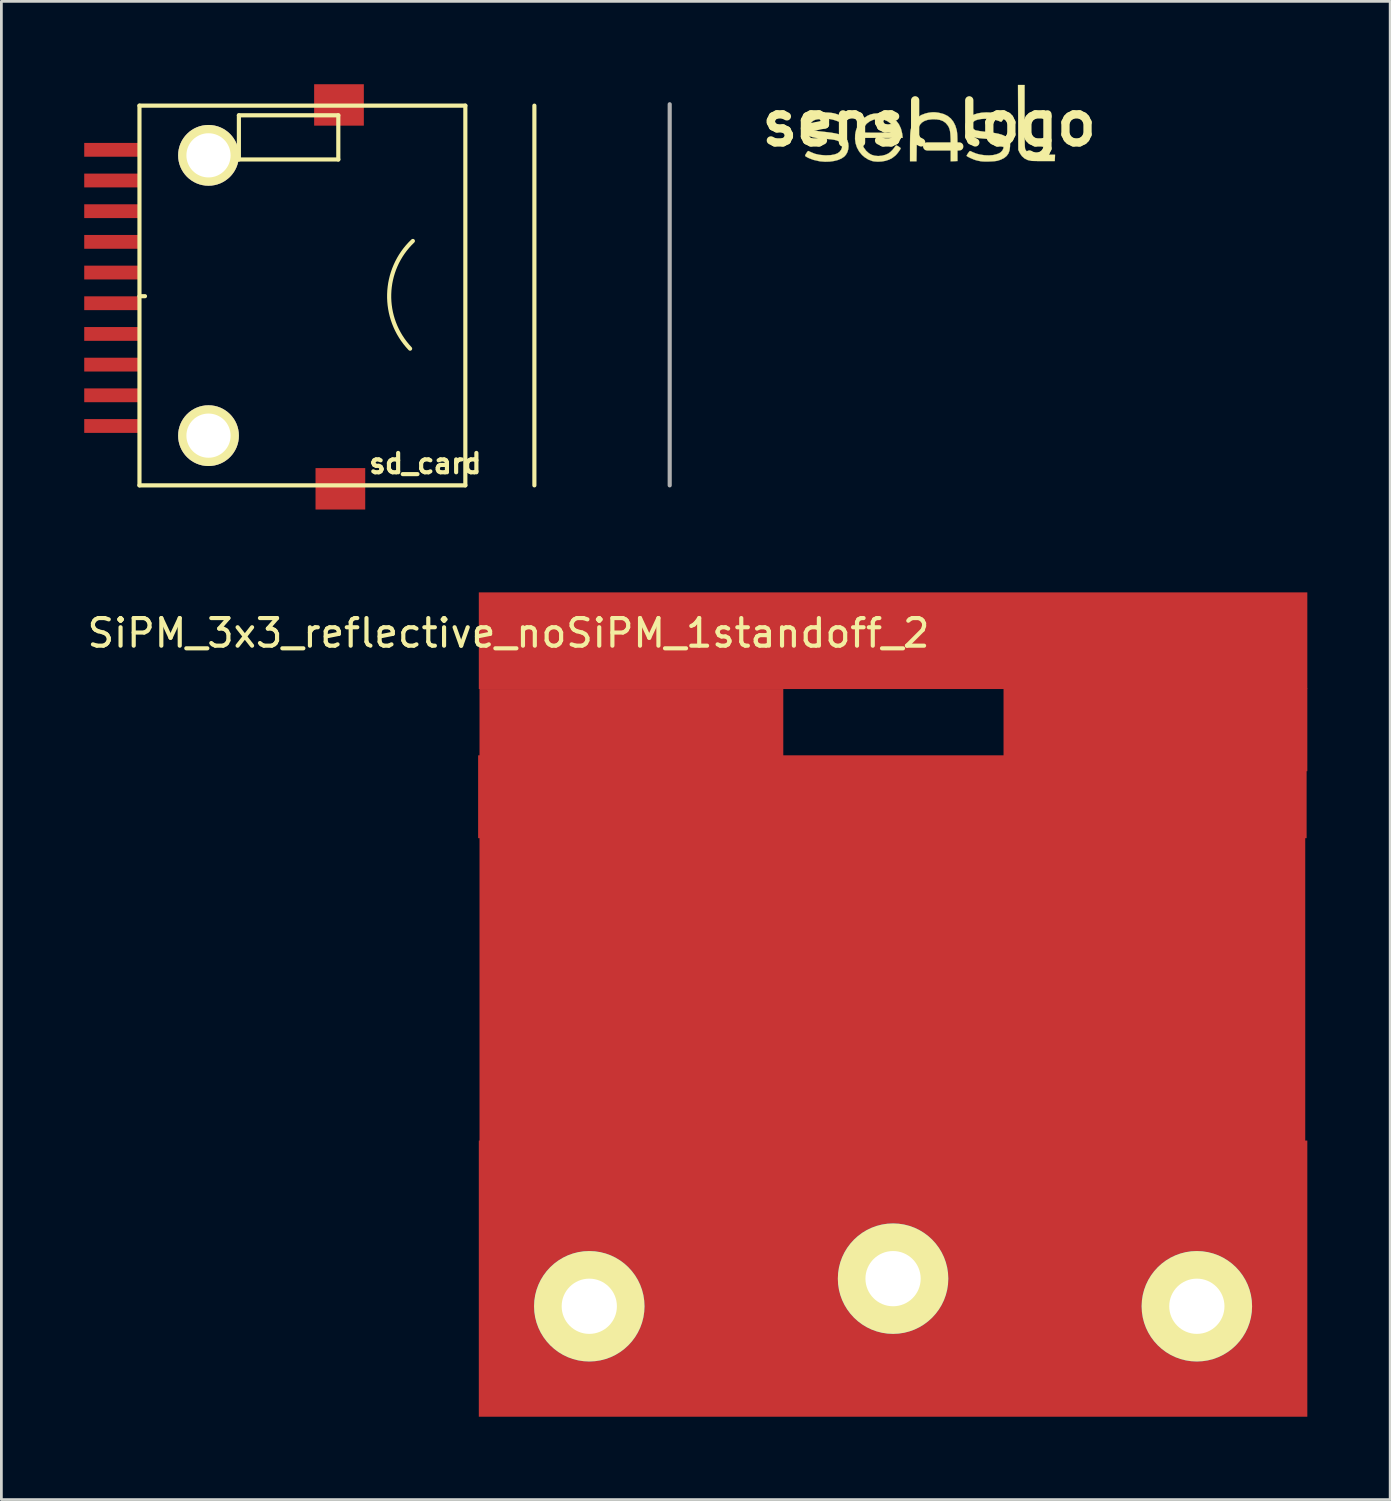
<source format=kicad_pcb>
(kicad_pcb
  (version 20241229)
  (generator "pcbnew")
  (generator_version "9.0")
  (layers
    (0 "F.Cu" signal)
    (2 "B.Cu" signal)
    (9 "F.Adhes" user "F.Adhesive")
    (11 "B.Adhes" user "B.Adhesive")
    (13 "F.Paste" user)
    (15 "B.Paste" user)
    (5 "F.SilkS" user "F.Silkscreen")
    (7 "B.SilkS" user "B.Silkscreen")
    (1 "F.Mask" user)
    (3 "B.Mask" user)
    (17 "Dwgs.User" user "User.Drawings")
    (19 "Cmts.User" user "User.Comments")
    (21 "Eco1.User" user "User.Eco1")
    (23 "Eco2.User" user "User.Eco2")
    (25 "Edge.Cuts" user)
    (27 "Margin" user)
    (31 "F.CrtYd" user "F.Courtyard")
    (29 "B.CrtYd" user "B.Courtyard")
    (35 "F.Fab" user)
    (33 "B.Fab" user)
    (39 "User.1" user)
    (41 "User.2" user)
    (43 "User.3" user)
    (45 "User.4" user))
  (footprint "SiPM_3x3_reflective_noSiPM_1standoff_2"
    (layer "F.Cu")
    (at 29.288 33.25)
    (property "Reference" "SiPM_3x3_reflective_noSiPM_1standoff_2" (at -13.925 -13.375 0) (layer "F.SilkS") (effects (font (size 1 1) (thickness 0.15))))
    (attr through_hole)
    (pad "1" thru_hole circle (at -11 11) (size 4 4) (drill 2) (layers "*.Cu" "*.Mask" "F.SilkS"))
    (pad "1" smd rect (at -9.475 -9.85) (size 11 3) (layers "F.Cu" "F.Mask" "F.Paste"))
    (pad "1" smd rect (at -8.975 -0.1) (size 12 12) (layers "F.Cu" "F.Mask" "F.Paste"))
    (pad "1" smd rect (at -4.625 0.4 90) (size 8 5) (layers "F.Cu" "F.Mask" "F.Paste"))
    (pad "1" smd rect (at -0.025 -7.45) (size 30 3) (layers "F.Cu" "F.Mask" "F.Paste"))
    (pad "1" smd rect (at 0 -13.1) (size 30 3.5) (layers "F.Cu" "F.Mask" "F.Paste"))
    (pad "1" thru_hole circle (at 0 10) (size 4 4) (drill 2) (layers "*.Cu" "*.Mask" "F.SilkS"))
    (pad "1" smd rect (at 0 10) (size 30 10) (layers "F.Cu" "F.Mask" "F.Paste"))
    (pad "1" smd rect (at 0.175 -4.1) (size 8 4) (layers "F.Cu" "F.Mask" "F.Paste"))
    (pad "1" smd rect (at 0.2 4.625) (size 8 5) (layers "F.Cu" "F.Mask" "F.Paste"))
    (pad "1" smd rect (at 0.225 -0.05 90) (size 8 5) (layers "F.Cu" "F.Mask" "F.Paste"))
    (pad "1" smd rect (at 4.7 -0.075 90) (size 8 5) (layers "F.Cu" "F.Mask" "F.Paste"))
    (pad "1" smd rect (at 8.925 -0.25) (size 12 12) (layers "F.Cu" "F.Mask" "F.Paste"))
    (pad "1" smd rect (at 9.5 -9.875) (size 11 3) (layers "F.Cu" "F.Mask" "F.Paste"))
    (pad "1" thru_hole circle (at 11 11) (size 4 4) (drill 2) (layers "*.Cu" "*.Mask" "F.SilkS")))
  (footprint "sd_card"
    (layer "F.Cu")
    (at 2 14.525)
    (property "Reference" "sd_card" (at 10.35 -0.79 0) (layer "F.SilkS") (effects (font (size 0.7 0.7) (thickness 0.15))))
    (attr through_hole)
    (fp_line (start 0 -13.75) (end 11.8 -13.75) (stroke (width 0.15) (type solid)) (layer "F.SilkS"))
    (fp_line (start 0 -6.85) (end 0.2 -6.85) (stroke (width 0.15) (type solid)) (layer "F.SilkS"))
    (fp_line (start 0 0) (end 0 -13.75) (stroke (width 0.15) (type solid)) (layer "F.SilkS"))
    (fp_line (start 3.6 -13.4) (end 3.6 -11.8) (stroke (width 0.15) (type solid)) (layer "F.SilkS"))
    (fp_line (start 3.6 -11.8) (end 7.2 -11.8) (stroke (width 0.15) (type solid)) (layer "F.SilkS"))
    (fp_line (start 7.2 -13.4) (end 3.6 -13.4) (stroke (width 0.15) (type solid)) (layer "F.SilkS"))
    (fp_line (start 7.2 -11.8) (end 7.2 -13.4) (stroke (width 0.15) (type solid)) (layer "F.SilkS"))
    (fp_line (start 11.8 -13.75) (end 11.8 0) (stroke (width 0.15) (type solid)) (layer "F.SilkS"))
    (fp_line (start 11.8 0) (end 0 0) (stroke (width 0.15) (type solid)) (layer "F.SilkS"))
    (fp_line (start 14.3 0) (end 14.3 -13.75) (stroke (width 0.15) (type solid)) (layer "F.SilkS"))
    (fp_arc (start 9.8 -4.95) (mid 9.042284 -6.920711) (end 9.9 -8.85) (stroke (width 0.15) (type solid)) (layer "F.SilkS"))
    (fp_circle (center 2.5 -11.95) (end 2.5 -12.75) (stroke (width 0.15) (type solid)) (fill no) (layer "F.SilkS"))
    (fp_circle (center 2.5 -1.8) (end 3.3 -1.75) (stroke (width 0.15) (type solid)) (fill no) (layer "F.SilkS"))
    (fp_line (start 19.2 0) (end 19.2 -13.8) (stroke (width 0.15) (type solid)) (layer "F.Fab"))
    (pad "1" smd rect (at -1 -9.928) (size 2 0.5) (layers "F.Cu" "F.Mask" "F.Paste"))
    (pad "2" smd rect (at -1 -8.817) (size 2 0.5) (layers "F.Cu" "F.Mask" "F.Paste"))
    (pad "3" smd rect (at -1 -7.706) (size 2 0.5) (layers "F.Cu" "F.Mask" "F.Paste"))
    (pad "4" smd rect (at -1 -6.595) (size 2 0.5) (layers "F.Cu" "F.Mask" "F.Paste"))
    (pad "5" smd rect (at -1 -5.483) (size 2 0.5) (layers "F.Cu" "F.Mask" "F.Paste"))
    (pad "6" smd rect (at -1 -4.372) (size 2 0.5) (layers "F.Cu" "F.Mask" "F.Paste"))
    (pad "6" smd rect (at 7.225 -13.775) (size 1.8 1.5) (layers "F.Cu" "F.Mask" "F.Paste"))
    (pad "6" smd rect (at 7.275 0.125) (size 1.8 1.5) (layers "F.Cu" "F.Mask" "F.Paste"))
    (pad "7" smd rect (at -1 -3.261) (size 2 0.5) (layers "F.Cu" "F.Mask" "F.Paste"))
    (pad "8" smd rect (at -1 -2.15) (size 2 0.5) (layers "F.Cu" "F.Mask" "F.Paste"))
    (pad "9" smd rect (at -1 -12.15) (size 2 0.5) (layers "F.Cu" "F.Mask" "F.Paste"))
    (pad "10" smd rect (at -1 -11.039) (size 2 0.5) (layers "F.Cu" "F.Mask" "F.Paste"))
    (pad "11" thru_hole circle (at 2.5 -11.95) (size 2.2 2.2) (drill 1.6) (layers "*.Cu" "*.Mask" "F.SilkS"))
    (pad "11" thru_hole circle (at 2.5 -1.8) (size 2.2 2.2) (drill 1.6) (layers "*.Cu" "*.Mask" "F.SilkS")))
  (footprint "sensl_logo"
    (layer "F.Cu")
    (at 30.596 1.418)
    (property "Reference" "sensl_logo" (at 0 0 0) (layer "F.SilkS") (effects (font (size 1.524 1.524) (thickness 0.3))))
    (attr through_hole)
    (fp_poly (pts (xy 3.454 -0.253) (xy 3.455 -0.021) (xy 3.455 0.18) (xy 3.456 0.352) (xy 3.457 0.497) (xy 3.458 0.616) (xy 3.46 0.713) (xy 3.462 0.79) (xy 3.465 0.848) (xy 3.469 0.89) (xy 3.473 0.919) (xy 3.477 0.936) (xy 3.477 0.936) (xy 3.518 0.999) (xy 3.579 1.058) (xy 3.649 1.102) (xy 3.687 1.117) (xy 3.723 1.122) (xy 3.788 1.127) (xy 3.876 1.13) (xy 3.983 1.133) (xy 4.102 1.134) (xy 4.154 1.134) (xy 4.557 1.135) (xy 4.547 1.363) (xy 4.183 1.365) (xy 4.066 1.365) (xy 3.953 1.364) (xy 3.851 1.362) (xy 3.767 1.359) (xy 3.708 1.356) (xy 3.7 1.355) (xy 3.568 1.327) (xy 3.453 1.27) (xy 3.357 1.185) (xy 3.281 1.073) (xy 3.27 1.05) (xy 3.226 0.957) (xy 3.216 -1.389) (xy 3.454 -1.389) (xy 3.454 -0.253)) (stroke (width 0.01) (type solid)) (fill yes) (layer "F.SilkS"))
    (fp_poly (pts (xy 0.233 -0.4) (xy 0.33 -0.387) (xy 0.363 -0.381) (xy 0.526 -0.338) (xy 0.665 -0.27) (xy 0.782 -0.177) (xy 0.876 -0.058) (xy 0.948 0.085) (xy 0.993 0.234) (xy 1.002 0.279) (xy 1.009 0.329) (xy 1.014 0.388) (xy 1.018 0.461) (xy 1.021 0.553) (xy 1.023 0.669) (xy 1.023 0.812) (xy 1.023 0.864) (xy 1.024 1.363) (xy 0.902 1.368) (xy 0.779 1.373) (xy 0.779 0.88) (xy 0.778 0.708) (xy 0.776 0.566) (xy 0.771 0.449) (xy 0.764 0.354) (xy 0.754 0.277) (xy 0.739 0.214) (xy 0.72 0.16) (xy 0.697 0.112) (xy 0.672 0.072) (xy 0.596 -0.018) (xy 0.503 -0.083) (xy 0.39 -0.126) (xy 0.255 -0.148) (xy 0.102 -0.149) (xy -0.045 -0.131) (xy -0.165 -0.092) (xy -0.263 -0.032) (xy -0.339 0.053) (xy -0.396 0.163) (xy -0.41 0.201) (xy -0.42 0.235) (xy -0.428 0.269) (xy -0.435 0.308) (xy -0.44 0.355) (xy -0.444 0.416) (xy -0.447 0.494) (xy -0.45 0.594) (xy -0.452 0.72) (xy -0.453 0.842) (xy -0.46 1.372) (xy -0.694 1.372) (xy -0.694 0.859) (xy -0.693 0.689) (xy -0.691 0.549) (xy -0.688 0.433) (xy -0.682 0.338) (xy -0.673 0.259) (xy -0.66 0.192) (xy -0.644 0.133) (xy -0.623 0.077) (xy -0.598 0.019) (xy -0.594 0.012) (xy -0.515 -0.116) (xy -0.412 -0.221) (xy -0.284 -0.303) (xy -0.134 -0.36) (xy -0.039 -0.382) (xy 0.064 -0.398) (xy 0.149 -0.404) (xy 0.233 -0.4)) (stroke (width 0.01) (type solid)) (fill yes) (layer "F.SilkS"))
    (fp_poly (pts (xy -1.677 -0.355) (xy -1.546 -0.328) (xy -1.429 -0.279) (xy -1.324 -0.212) (xy -1.195 -0.098) (xy -1.096 0.034) (xy -1.024 0.185) (xy -0.981 0.355) (xy -0.973 0.413) (xy -0.961 0.525) (xy -2.472 0.525) (xy -2.461 0.605) (xy -2.427 0.747) (xy -2.368 0.877) (xy -2.286 0.99) (xy -2.185 1.081) (xy -2.087 1.137) (xy -1.973 1.171) (xy -1.845 1.182) (xy -1.712 1.171) (xy -1.585 1.138) (xy -1.482 1.092) (xy -1.407 1.037) (xy -1.33 0.963) (xy -1.265 0.883) (xy -1.244 0.851) (xy -1.219 0.815) (xy -1.199 0.797) (xy -1.196 0.796) (xy -1.169 0.804) (xy -1.129 0.825) (xy -1.086 0.853) (xy -1.051 0.879) (xy -1.033 0.898) (xy -1.033 0.9) (xy -1.043 0.928) (xy -1.071 0.975) (xy -1.11 1.03) (xy -1.155 1.088) (xy -1.2 1.139) (xy -1.225 1.164) (xy -1.333 1.249) (xy -1.45 1.311) (xy -1.583 1.355) (xy -1.72 1.379) (xy -1.862 1.386) (xy -1.996 1.376) (xy -2.064 1.362) (xy -2.204 1.309) (xy -2.332 1.229) (xy -2.431 1.143) (xy -2.536 1.017) (xy -2.613 0.876) (xy -2.663 0.725) (xy -2.685 0.568) (xy -2.681 0.409) (xy -2.663 0.318) (xy -2.438 0.318) (xy -2.431 0.323) (xy -2.409 0.328) (xy -2.367 0.332) (xy -2.305 0.334) (xy -2.219 0.336) (xy -2.107 0.338) (xy -1.966 0.338) (xy -1.822 0.339) (xy -1.205 0.339) (xy -1.222 0.275) (xy -1.269 0.162) (xy -1.346 0.054) (xy -1.397 0.002) (xy -1.508 -0.079) (xy -1.632 -0.132) (xy -1.764 -0.158) (xy -1.899 -0.158) (xy -2.03 -0.13) (xy -2.152 -0.075) (xy -2.259 0.006) (xy -2.265 0.012) (xy -2.305 0.059) (xy -2.347 0.12) (xy -2.386 0.187) (xy -2.417 0.25) (xy -2.436 0.299) (xy -2.438 0.318) (xy -2.663 0.318) (xy -2.65 0.253) (xy -2.593 0.104) (xy -2.51 -0.033) (xy -2.401 -0.155) (xy -2.342 -0.204) (xy -2.232 -0.277) (xy -2.118 -0.326) (xy -1.991 -0.354) (xy -1.844 -0.364) (xy -1.829 -0.364) (xy -1.677 -0.355)) (stroke (width 0.01) (type solid)) (fill yes) (layer "F.SilkS"))
    (fp_poly (pts (xy 2.239 -0.391) (xy 2.402 -0.366) (xy 2.555 -0.323) (xy 2.663 -0.277) (xy 2.708 -0.252) (xy 2.737 -0.232) (xy 2.743 -0.224) (xy 2.733 -0.206) (xy 2.706 -0.17) (xy 2.675 -0.132) (xy 2.607 -0.053) (xy 2.531 -0.085) (xy 2.414 -0.124) (xy 2.281 -0.151) (xy 2.139 -0.166) (xy 1.997 -0.168) (xy 1.863 -0.157) (xy 1.744 -0.133) (xy 1.656 -0.1) (xy 1.591 -0.051) (xy 1.554 0.011) (xy 1.543 0.078) (xy 1.559 0.145) (xy 1.601 0.204) (xy 1.67 0.247) (xy 1.67 0.247) (xy 1.704 0.256) (xy 1.765 0.268) (xy 1.847 0.281) (xy 1.944 0.294) (xy 2.044 0.305) (xy 2.232 0.328) (xy 2.39 0.352) (xy 2.52 0.379) (xy 2.626 0.409) (xy 2.711 0.444) (xy 2.779 0.484) (xy 2.831 0.532) (xy 2.872 0.588) (xy 2.884 0.61) (xy 2.908 0.659) (xy 2.922 0.701) (xy 2.928 0.747) (xy 2.928 0.809) (xy 2.926 0.847) (xy 2.909 0.978) (xy 2.869 1.088) (xy 2.804 1.179) (xy 2.713 1.253) (xy 2.592 1.313) (xy 2.481 1.35) (xy 2.419 1.362) (xy 2.333 1.371) (xy 2.232 1.377) (xy 2.125 1.381) (xy 2.021 1.381) (xy 1.93 1.377) (xy 1.872 1.371) (xy 1.796 1.357) (xy 1.715 1.338) (xy 1.678 1.328) (xy 1.625 1.31) (xy 1.562 1.284) (xy 1.496 1.255) (xy 1.436 1.226) (xy 1.387 1.199) (xy 1.359 1.18) (xy 1.355 1.174) (xy 1.364 1.151) (xy 1.386 1.113) (xy 1.415 1.07) (xy 1.445 1.03) (xy 1.468 1.004) (xy 1.476 0.999) (xy 1.498 1.006) (xy 1.54 1.025) (xy 1.577 1.043) (xy 1.706 1.095) (xy 1.854 1.132) (xy 2.011 1.154) (xy 2.168 1.159) (xy 2.314 1.148) (xy 2.43 1.121) (xy 2.509 1.093) (xy 2.566 1.063) (xy 2.612 1.025) (xy 2.654 0.976) (xy 2.687 0.909) (xy 2.694 0.832) (xy 2.676 0.757) (xy 2.648 0.712) (xy 2.612 0.674) (xy 2.571 0.643) (xy 2.52 0.619) (xy 2.457 0.6) (xy 2.374 0.585) (xy 2.269 0.573) (xy 2.135 0.562) (xy 2.09 0.559) (xy 1.928 0.546) (xy 1.795 0.532) (xy 1.688 0.515) (xy 1.601 0.494) (xy 1.531 0.468) (xy 1.473 0.436) (xy 1.422 0.397) (xy 1.409 0.385) (xy 1.352 0.307) (xy 1.319 0.214) (xy 1.311 0.112) (xy 1.325 0.008) (xy 1.362 -0.092) (xy 1.42 -0.182) (xy 1.498 -0.253) (xy 1.499 -0.254) (xy 1.615 -0.316) (xy 1.753 -0.361) (xy 1.908 -0.388) (xy 2.072 -0.398) (xy 2.239 -0.391)) (stroke (width 0.01) (type solid)) (fill yes) (layer "F.SilkS"))
    (fp_poly (pts (xy -3.651 -0.391) (xy -3.537 -0.38) (xy -3.456 -0.367) (xy -3.392 -0.35) (xy -3.322 -0.327) (xy -3.252 -0.3) (xy -3.189 -0.274) (xy -3.142 -0.25) (xy -3.118 -0.232) (xy -3.116 -0.227) (xy -3.125 -0.211) (xy -3.147 -0.177) (xy -3.177 -0.135) (xy -3.208 -0.094) (xy -3.232 -0.063) (xy -3.243 -0.051) (xy -3.259 -0.057) (xy -3.297 -0.072) (xy -3.346 -0.091) (xy -3.418 -0.116) (xy -3.503 -0.139) (xy -3.566 -0.153) (xy -3.654 -0.163) (xy -3.758 -0.167) (xy -3.867 -0.165) (xy -3.973 -0.157) (xy -4.065 -0.145) (xy -4.133 -0.128) (xy -4.134 -0.128) (xy -4.215 -0.086) (xy -4.274 -0.031) (xy -4.306 0.033) (xy -4.311 0.1) (xy -4.287 0.162) (xy -4.258 0.198) (xy -4.221 0.227) (xy -4.169 0.25) (xy -4.097 0.268) (xy -4.002 0.283) (xy -3.883 0.297) (xy -3.703 0.317) (xy -3.552 0.337) (xy -3.427 0.357) (xy -3.323 0.38) (xy -3.237 0.404) (xy -3.164 0.433) (xy -3.1 0.465) (xy -3.087 0.473) (xy -3.014 0.537) (xy -2.962 0.62) (xy -2.931 0.719) (xy -2.921 0.826) (xy -2.931 0.935) (xy -2.962 1.04) (xy -3.015 1.134) (xy -3.076 1.202) (xy -3.175 1.27) (xy -3.3 1.323) (xy -3.445 1.361) (xy -3.604 1.383) (xy -3.772 1.388) (xy -3.942 1.374) (xy -4.007 1.363) (xy -4.189 1.321) (xy -4.346 1.262) (xy -4.386 1.243) (xy -4.446 1.211) (xy -4.481 1.188) (xy -4.492 1.167) (xy -4.483 1.138) (xy -4.458 1.096) (xy -4.452 1.086) (xy -4.421 1.04) (xy -4.395 1.009) (xy -4.383 0.999) (xy -4.36 1.006) (xy -4.319 1.025) (xy -4.282 1.043) (xy -4.138 1.101) (xy -3.977 1.138) (xy -3.794 1.155) (xy -3.734 1.157) (xy -3.569 1.15) (xy -3.434 1.127) (xy -3.326 1.088) (xy -3.245 1.031) (xy -3.189 0.956) (xy -3.175 0.924) (xy -3.158 0.874) (xy -3.154 0.838) (xy -3.163 0.799) (xy -3.173 0.773) (xy -3.199 0.72) (xy -3.236 0.677) (xy -3.287 0.642) (xy -3.355 0.614) (xy -3.445 0.593) (xy -3.559 0.576) (xy -3.702 0.563) (xy -3.776 0.557) (xy -3.954 0.543) (xy -4.102 0.524) (xy -4.222 0.499) (xy -4.318 0.467) (xy -4.393 0.427) (xy -4.45 0.378) (xy -4.493 0.319) (xy -4.5 0.305) (xy -4.526 0.226) (xy -4.538 0.131) (xy -4.535 0.033) (xy -4.516 -0.052) (xy -4.512 -0.064) (xy -4.456 -0.157) (xy -4.37 -0.238) (xy -4.259 -0.306) (xy -4.126 -0.358) (xy -4.093 -0.367) (xy -4.006 -0.383) (xy -3.896 -0.392) (xy -3.774 -0.394) (xy -3.651 -0.391)) (stroke (width 0.01) (type solid)) (fill yes) (layer "F.SilkS")))
  (gr_rect
    (start -3 -3)
    (end 47.288 51.25)
    (stroke (width 0.1) (type default))
    (fill no)
    (layer "Edge.Cuts")))
</source>
